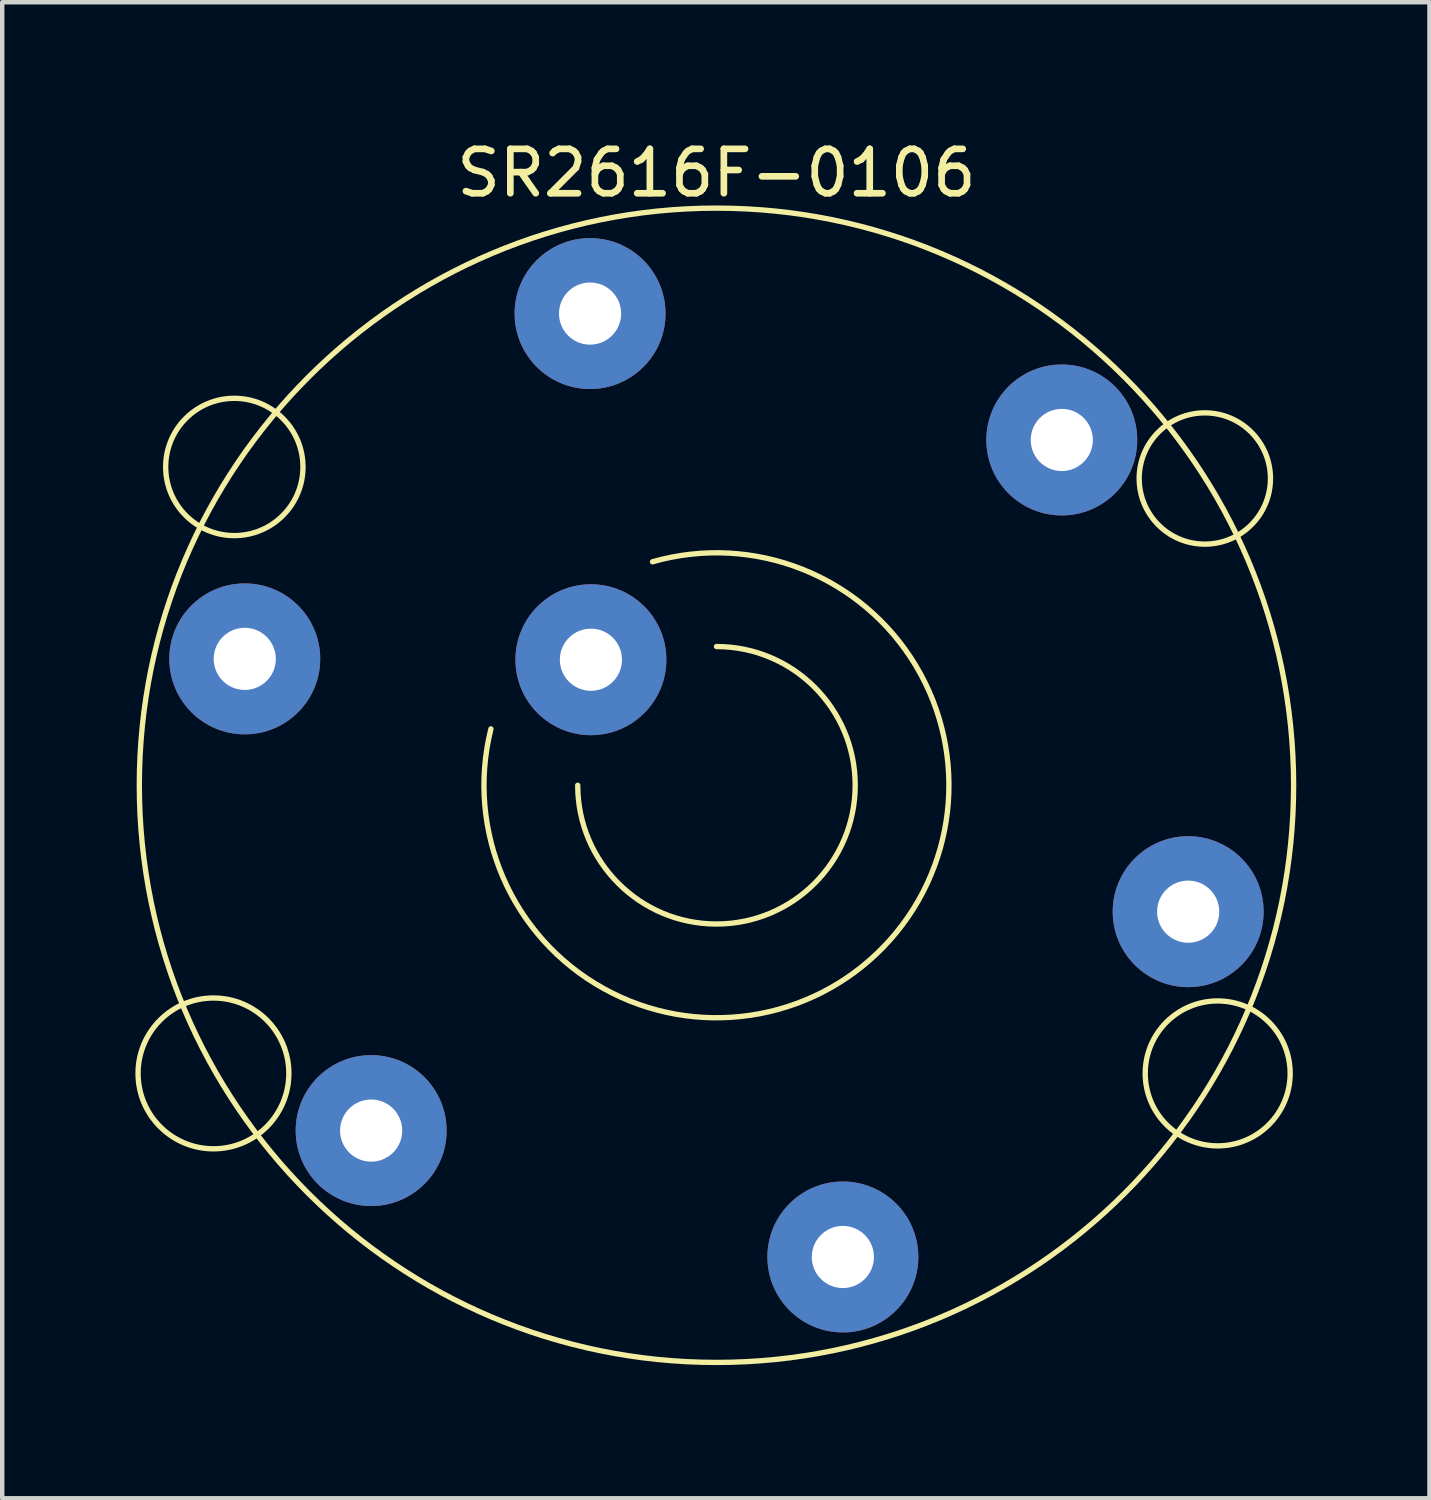
<source format=kicad_pcb>
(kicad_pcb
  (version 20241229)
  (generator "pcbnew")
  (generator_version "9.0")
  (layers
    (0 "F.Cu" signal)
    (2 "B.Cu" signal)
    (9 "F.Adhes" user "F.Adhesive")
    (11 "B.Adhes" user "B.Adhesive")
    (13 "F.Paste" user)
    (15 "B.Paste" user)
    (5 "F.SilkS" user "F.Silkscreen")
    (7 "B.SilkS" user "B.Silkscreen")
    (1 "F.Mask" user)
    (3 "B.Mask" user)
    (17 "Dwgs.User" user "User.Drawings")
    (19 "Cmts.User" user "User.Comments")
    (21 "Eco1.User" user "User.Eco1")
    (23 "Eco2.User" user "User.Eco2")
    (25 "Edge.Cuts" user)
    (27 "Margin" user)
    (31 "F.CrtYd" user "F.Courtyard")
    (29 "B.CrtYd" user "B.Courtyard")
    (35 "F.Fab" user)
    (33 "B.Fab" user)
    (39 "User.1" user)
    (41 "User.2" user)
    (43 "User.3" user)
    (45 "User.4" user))
  (footprint "SR2616F-0106"
    (layer "F.Cu")
    (at 13.088 14.638)
    (property "Reference" "SR2616F-0106" (at 0 -13.79 0) (layer "F.SilkS") (effects (font (size 1 1) (thickness 0.15))))
    (attr through_hole)
    (fp_arc (start -1.440148 -5.034408) (mid 3.764409 3.639851) (end -5.079999 -1.269999) (stroke (width 0.12) (type solid)) (layer "F.SilkS"))
    (fp_arc (start 0 -3.125) (mid 2.209709 2.209709) (end -3.125 0) (stroke (width 0.12) (type solid)) (layer "F.SilkS"))
    (fp_circle (center -11.33 6.49) (end -10.34 7.87) (stroke (width 0.12) (type solid)) (fill no) (layer "F.SilkS"))
    (fp_circle (center -10.86 -7.17) (end -9.95 -8.42) (stroke (width 0.12) (type solid)) (fill no) (layer "F.SilkS"))
    (fp_circle (center 0 0) (end 13 0) (stroke (width 0.12) (type solid)) (fill no) (layer "F.SilkS"))
    (fp_circle (center 11 -6.91) (end 12.28 -7.65) (stroke (width 0.12) (type solid)) (fill no) (layer "F.SilkS"))
    (fp_circle (center 11.29 6.49) (end 12.02 5.03) (stroke (width 0.12) (type solid)) (fill no) (layer "F.SilkS"))
    (pad "1" thru_hole circle (at -10.625 -2.847) (size 3.4 3.4) (drill 1.4) (layers "*.Cu" "*.Mask"))
    (pad "3" thru_hole circle (at -2.847 -10.625) (size 3.4 3.4) (drill 1.4) (layers "*.Cu" "*.Mask"))
    (pad "5" thru_hole circle (at 7.778 -7.778) (size 3.4 3.4) (drill 1.4) (layers "*.Cu" "*.Mask"))
    (pad "7" thru_hole circle (at 10.625 2.847) (size 3.4 3.4) (drill 1.4) (layers "*.Cu" "*.Mask"))
    (pad "9" thru_hole circle (at 2.847 10.625) (size 3.4 3.4) (drill 1.4) (layers "*.Cu" "*.Mask"))
    (pad "11" thru_hole circle (at -7.778 7.778) (size 3.4 3.4) (drill 1.4) (layers "*.Cu" "*.Mask"))
    (pad "A1" thru_hole circle (at -2.828 -2.828) (size 3.4 3.4) (drill 1.4) (layers "*.Cu" "*.Mask")))
  (gr_rect
    (start -3 -3)
    (end 29.148 30.698)
    (stroke (width 0.1) (type default))
    (fill no)
    (layer "Edge.Cuts")))
</source>
